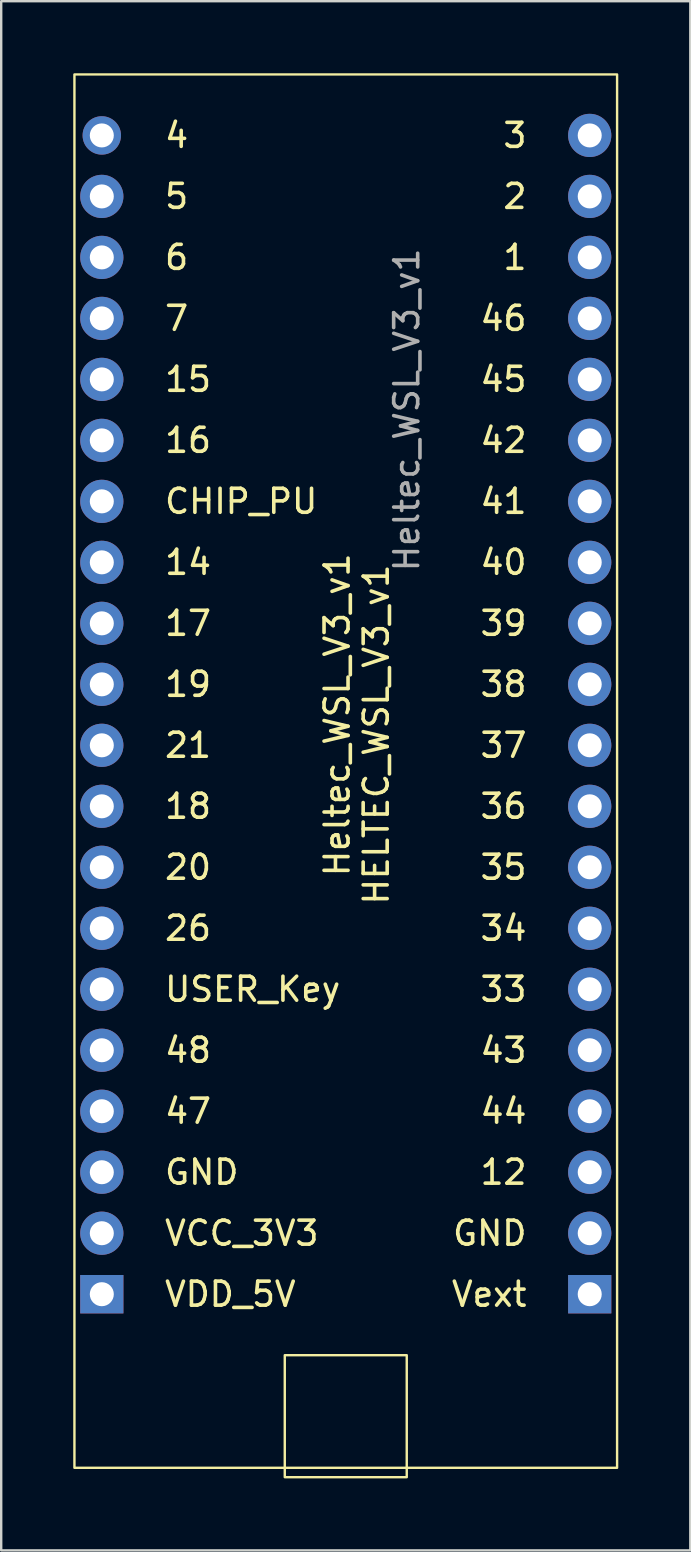
<source format=kicad_pcb>
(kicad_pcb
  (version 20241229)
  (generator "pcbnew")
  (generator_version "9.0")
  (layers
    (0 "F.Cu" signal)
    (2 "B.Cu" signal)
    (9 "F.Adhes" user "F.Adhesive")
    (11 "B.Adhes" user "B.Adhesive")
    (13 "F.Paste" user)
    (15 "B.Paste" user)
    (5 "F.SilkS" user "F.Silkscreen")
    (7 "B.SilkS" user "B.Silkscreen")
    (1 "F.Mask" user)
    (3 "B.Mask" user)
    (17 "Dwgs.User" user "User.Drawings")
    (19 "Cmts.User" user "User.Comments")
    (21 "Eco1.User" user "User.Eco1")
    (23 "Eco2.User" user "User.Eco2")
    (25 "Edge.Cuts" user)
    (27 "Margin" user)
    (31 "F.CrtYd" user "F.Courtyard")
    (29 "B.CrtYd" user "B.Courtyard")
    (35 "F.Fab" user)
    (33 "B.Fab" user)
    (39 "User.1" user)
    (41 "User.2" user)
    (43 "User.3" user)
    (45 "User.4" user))
  (footprint "Heltec_WSL_V3_v1"
    (layer "F.Cu")
    (at 11.35 30.53)
    (property "Reference" "Heltec_WSL_V3_v1" (at -0.36 -3.81 90) (unlocked yes) (layer "F.SilkS") (effects (font (size 1 1) (thickness 0.15))))
    (attr smd)
    (fp_rect (start -11.3 -30.48) (end 11.3 27.55) (stroke (width 0.1) (type default)) (fill no) (layer "F.SilkS"))
    (fp_rect (start -2.54 22.86) (end 2.54 27.94) (stroke (width 0.1) (type default)) (fill no) (layer "F.SilkS"))
    (fp_text user "CHIP_PU" (at -7.62 -12.7 0) (unlocked yes) (layer "F.SilkS") (effects (font (size 1 1) (thickness 0.15)) (justify left)))
    (fp_text user "26" (at -7.62 5.08 0) (unlocked yes) (layer "F.SilkS") (effects (font (size 1 1) (thickness 0.15)) (justify left)))
    (fp_text user "HELTEC_WSL_V3_v1" (at 1.27 -10.16 90) (unlocked yes) (layer "F.SilkS") (effects (font (size 1 1) (thickness 0.15)) (justify right)))
    (fp_text user "2" (at 7.62 -25.4 0) (unlocked yes) (layer "F.SilkS") (effects (font (size 1 1) (thickness 0.15)) (justify right)))
    (fp_text user "40" (at 7.62 -10.16 0) (unlocked yes) (layer "F.SilkS") (effects (font (size 1 1) (thickness 0.15)) (justify right)))
    (fp_text user "20" (at -7.62 2.54 0) (unlocked yes) (layer "F.SilkS") (effects (font (size 1 1) (thickness 0.15)) (justify left)))
    (fp_text user "21" (at -7.62 -2.54 0) (unlocked yes) (layer "F.SilkS") (effects (font (size 1 1) (thickness 0.15)) (justify left)))
    (fp_text user "17" (at -7.62 -7.62 0) (unlocked yes) (layer "F.SilkS") (effects (font (size 1 1) (thickness 0.15)) (justify left)))
    (fp_text user "GND" (at -7.62 15.24 0) (unlocked yes) (layer "F.SilkS") (effects (font (size 1 1) (thickness 0.15)) (justify left)))
    (fp_text user "1" (at 7.62 -22.86 0) (unlocked yes) (layer "F.SilkS") (effects (font (size 1 1) (thickness 0.15)) (justify right)))
    (fp_text user "19" (at -7.62 -5.08 0) (unlocked yes) (layer "F.SilkS") (effects (font (size 1 1) (thickness 0.15)) (justify left)))
    (fp_text user "16" (at -7.62 -15.24 0) (unlocked yes) (layer "F.SilkS") (effects (font (size 1 1) (thickness 0.15)) (justify left)))
    (fp_text user "43" (at 7.62 10.16 0) (unlocked yes) (layer "F.SilkS") (effects (font (size 1 1) (thickness 0.15)) (justify right)))
    (fp_text user "35" (at 7.62 2.54 0) (unlocked yes) (layer "F.SilkS") (effects (font (size 1 1) (thickness 0.15)) (justify right)))
    (fp_text user "14" (at -7.62 -10.16 0) (unlocked yes) (layer "F.SilkS") (effects (font (size 1 1) (thickness 0.15)) (justify left)))
    (fp_text user "39" (at 7.62 -7.62 0) (unlocked yes) (layer "F.SilkS") (effects (font (size 1 1) (thickness 0.15)) (justify right)))
    (fp_text user "15" (at -7.62 -17.78 0) (unlocked yes) (layer "F.SilkS") (effects (font (size 1 1) (thickness 0.15)) (justify left)))
    (fp_text user "36" (at 7.62 0 0) (unlocked yes) (layer "F.SilkS") (effects (font (size 1 1) (thickness 0.15)) (justify right)))
    (fp_text user "6" (at -7.62 -22.86 0) (unlocked yes) (layer "F.SilkS") (effects (font (size 1 1) (thickness 0.15)) (justify left)))
    (fp_text user "38" (at 7.62 -5.08 0) (unlocked yes) (layer "F.SilkS") (effects (font (size 1 1) (thickness 0.15)) (justify right)))
    (fp_text user "VDD_5V" (at -7.62 20.32 0) (unlocked yes) (layer "F.SilkS") (effects (font (size 1 1) (thickness 0.15)) (justify left)))
    (fp_text user "4" (at -7.62 -27.94 0) (unlocked yes) (layer "F.SilkS") (effects (font (size 1 1) (thickness 0.15)) (justify left)))
    (fp_text user "GND" (at 7.62 17.78 0) (unlocked yes) (layer "F.SilkS") (effects (font (size 1 1) (thickness 0.15)) (justify right)))
    (fp_text user "46" (at 7.62 -20.32 0) (unlocked yes) (layer "F.SilkS") (effects (font (size 1 1) (thickness 0.15)) (justify right)))
    (fp_text user "48" (at -7.62 10.16 0) (unlocked yes) (layer "F.SilkS") (effects (font (size 1 1) (thickness 0.15)) (justify left)))
    (fp_text user "VCC_3V3" (at -7.62 17.78 0) (unlocked yes) (layer "F.SilkS") (effects (font (size 1 1) (thickness 0.15)) (justify left)))
    (fp_text user "33" (at 7.62 7.62 0) (unlocked yes) (layer "F.SilkS") (effects (font (size 1 1) (thickness 0.15)) (justify right)))
    (fp_text user "USER_Key" (at -7.62 7.62 0) (unlocked yes) (layer "F.SilkS") (effects (font (size 1 1) (thickness 0.15)) (justify left)))
    (fp_text user "18" (at -7.62 0 0) (unlocked yes) (layer "F.SilkS") (effects (font (size 1 1) (thickness 0.15)) (justify left)))
    (fp_text user "5" (at -7.62 -25.4 0) (unlocked yes) (layer "F.SilkS") (effects (font (size 1 1) (thickness 0.15)) (justify left)))
    (fp_text user "45" (at 7.62 -17.78 0) (unlocked yes) (layer "F.SilkS") (effects (font (size 1 1) (thickness 0.15)) (justify right)))
    (fp_text user "3" (at 7.62 -27.94 0) (unlocked yes) (layer "F.SilkS") (effects (font (size 1 1) (thickness 0.15)) (justify right)))
    (fp_text user "12" (at 7.62 15.24 0) (unlocked yes) (layer "F.SilkS") (effects (font (size 1 1) (thickness 0.15)) (justify right)))
    (fp_text user "42" (at 7.62 -15.24 0) (unlocked yes) (layer "F.SilkS") (effects (font (size 1 1) (thickness 0.15)) (justify right)))
    (fp_text user "Vext" (at 7.62 20.32 0) (unlocked yes) (layer "F.SilkS") (effects (font (size 1 1) (thickness 0.15)) (justify right)))
    (fp_text user "41" (at 7.62 -12.7 0) (unlocked yes) (layer "F.SilkS") (effects (font (size 1 1) (thickness 0.15)) (justify right)))
    (fp_text user "47" (at -7.62 12.7 0) (unlocked yes) (layer "F.SilkS") (effects (font (size 1 1) (thickness 0.15)) (justify left)))
    (fp_text user "34" (at 7.62 5.08 0) (unlocked yes) (layer "F.SilkS") (effects (font (size 1 1) (thickness 0.15)) (justify right)))
    (fp_text user "44" (at 7.62 12.7 0) (unlocked yes) (layer "F.SilkS") (effects (font (size 1 1) (thickness 0.15)) (justify right)))
    (fp_text user "7" (at -7.62 -20.32 0) (unlocked yes) (layer "F.SilkS") (effects (font (size 1 1) (thickness 0.15)) (justify left)))
    (fp_text user "37" (at 7.62 -2.54 0) (unlocked yes) (layer "F.SilkS") (effects (font (size 1 1) (thickness 0.15)) (justify right)))
    (fp_text user "${REFERENCE}" (at 2.54 -16.51 90) (unlocked yes) (layer "F.Fab") (effects (font (size 1 1) (thickness 0.15))))
    (pad "1" thru_hole rect (at 10.16 20.32) (size 1.8 1.6) (drill 1) (layers "*.Cu" "*.Mask"))
    (pad "2" thru_hole circle (at 10.16 17.78 270) (size 1.8 1.8) (drill 1) (layers "*.Cu" "*.Mask"))
    (pad "3" thru_hole circle (at 10.16 15.24 270) (size 1.8 1.8) (drill 1) (layers "*.Cu" "*.Mask"))
    (pad "4" thru_hole circle (at 10.16 12.7 270) (size 1.8 1.8) (drill 1) (layers "*.Cu" "*.Mask"))
    (pad "5" thru_hole circle (at 10.16 10.16 270) (size 1.8 1.8) (drill 1) (layers "*.Cu" "*.Mask"))
    (pad "6" thru_hole circle (at 10.16 7.62 270) (size 1.8 1.8) (drill 1) (layers "*.Cu" "*.Mask"))
    (pad "7" thru_hole circle (at 10.16 5.08 270) (size 1.8 1.8) (drill 1) (layers "*.Cu" "*.Mask"))
    (pad "8" thru_hole circle (at 10.16 2.54 270) (size 1.8 1.8) (drill 1) (layers "*.Cu" "*.Mask"))
    (pad "9" thru_hole circle (at 10.16 0 270) (size 1.8 1.8) (drill 1) (layers "*.Cu" "*.Mask"))
    (pad "10" thru_hole circle (at 10.16 -2.54 270) (size 1.8 1.8) (drill 1) (layers "*.Cu" "*.Mask"))
    (pad "11" thru_hole circle (at 10.16 -5.08 270) (size 1.8 1.8) (drill 1) (layers "*.Cu" "*.Mask"))
    (pad "12" thru_hole circle (at 10.16 -7.62 270) (size 1.8 1.8) (drill 1) (layers "*.Cu" "*.Mask"))
    (pad "13" thru_hole circle (at 10.16 -10.16 270) (size 1.8 1.8) (drill 1) (layers "*.Cu" "*.Mask"))
    (pad "14" thru_hole circle (at 10.16 -12.7 270) (size 1.8 1.8) (drill 1) (layers "*.Cu" "*.Mask"))
    (pad "15" thru_hole circle (at 10.16 -15.24 270) (size 1.8 1.8) (drill 1) (layers "*.Cu" "*.Mask"))
    (pad "16" thru_hole circle (at 10.16 -17.78 270) (size 1.8 1.8) (drill 1) (layers "*.Cu" "*.Mask"))
    (pad "17" thru_hole circle (at 10.16 -20.32 270) (size 1.8 1.8) (drill 1) (layers "*.Cu" "*.Mask"))
    (pad "18" thru_hole circle (at 10.16 -22.86 270) (size 1.8 1.8) (drill 1) (layers "*.Cu" "*.Mask"))
    (pad "19" thru_hole circle (at 10.16 -25.4 270) (size 1.8 1.8) (drill 1) (layers "*.Cu" "*.Mask"))
    (pad "20" thru_hole circle (at 10.16 -27.94 270) (size 1.8 1.8) (drill 1) (layers "*.Cu" "*.Mask"))
    (pad "21" thru_hole rect (at -10.16 20.32) (size 1.8 1.6) (drill 1) (layers "*.Cu" "*.Mask"))
    (pad "22" thru_hole circle (at -10.16 17.78 270) (size 1.8 1.8) (drill 1) (layers "*.Cu" "*.Mask"))
    (pad "23" thru_hole circle (at -10.16 15.24 270) (size 1.8 1.8) (drill 1) (layers "*.Cu" "*.Mask"))
    (pad "24" thru_hole circle (at -10.16 12.7 270) (size 1.8 1.8) (drill 1) (layers "*.Cu" "*.Mask"))
    (pad "25" thru_hole circle (at -10.16 10.16 270) (size 1.8 1.8) (drill 1) (layers "*.Cu" "*.Mask"))
    (pad "26" thru_hole circle (at -10.16 7.62 270) (size 1.8 1.8) (drill 1) (layers "*.Cu" "*.Mask"))
    (pad "27" thru_hole circle (at -10.16 5.08 270) (size 1.8 1.8) (drill 1) (layers "*.Cu" "*.Mask"))
    (pad "28" thru_hole circle (at -10.16 2.54 270) (size 1.8 1.8) (drill 1) (layers "*.Cu" "*.Mask"))
    (pad "29" thru_hole circle (at -10.16 0 270) (size 1.8 1.8) (drill 1) (layers "*.Cu" "*.Mask"))
    (pad "30" thru_hole circle (at -10.16 -2.54 270) (size 1.8 1.8) (drill 1) (layers "*.Cu" "*.Mask"))
    (pad "31" thru_hole circle (at -10.16 -5.08 270) (size 1.8 1.8) (drill 1) (layers "*.Cu" "*.Mask"))
    (pad "32" thru_hole circle (at -10.16 -7.62 270) (size 1.8 1.8) (drill 1) (layers "*.Cu" "*.Mask"))
    (pad "33" thru_hole circle (at -10.16 -10.16 270) (size 1.8 1.8) (drill 1) (layers "*.Cu" "*.Mask"))
    (pad "34" thru_hole circle (at -10.16 -12.7 270) (size 1.8 1.8) (drill 1) (layers "*.Cu" "*.Mask"))
    (pad "35" thru_hole circle (at -10.16 -15.24 270) (size 1.8 1.8) (drill 1) (layers "*.Cu" "*.Mask"))
    (pad "36" thru_hole circle (at -10.16 -17.78 270) (size 1.8 1.8) (drill 1) (layers "*.Cu" "*.Mask"))
    (pad "37" thru_hole circle (at -10.16 -20.32 270) (size 1.8 1.8) (drill 1) (layers "*.Cu" "*.Mask"))
    (pad "38" thru_hole circle (at -10.16 -22.86 270) (size 1.8 1.8) (drill 1) (layers "*.Cu" "*.Mask"))
    (pad "39" thru_hole circle (at -10.16 -25.4 270) (size 1.8 1.8) (drill 1) (layers "*.Cu" "*.Mask"))
    (pad "40" thru_hole circle (at -10.16 -27.94 270) (size 1.6 1.6) (drill 1) (layers "*.Cu" "*.Mask")))
  (gr_rect
    (start -3 -3)
    (end 25.7 61.52)
    (stroke (width 0.1) (type default))
    (fill no)
    (layer "Edge.Cuts")))
</source>
